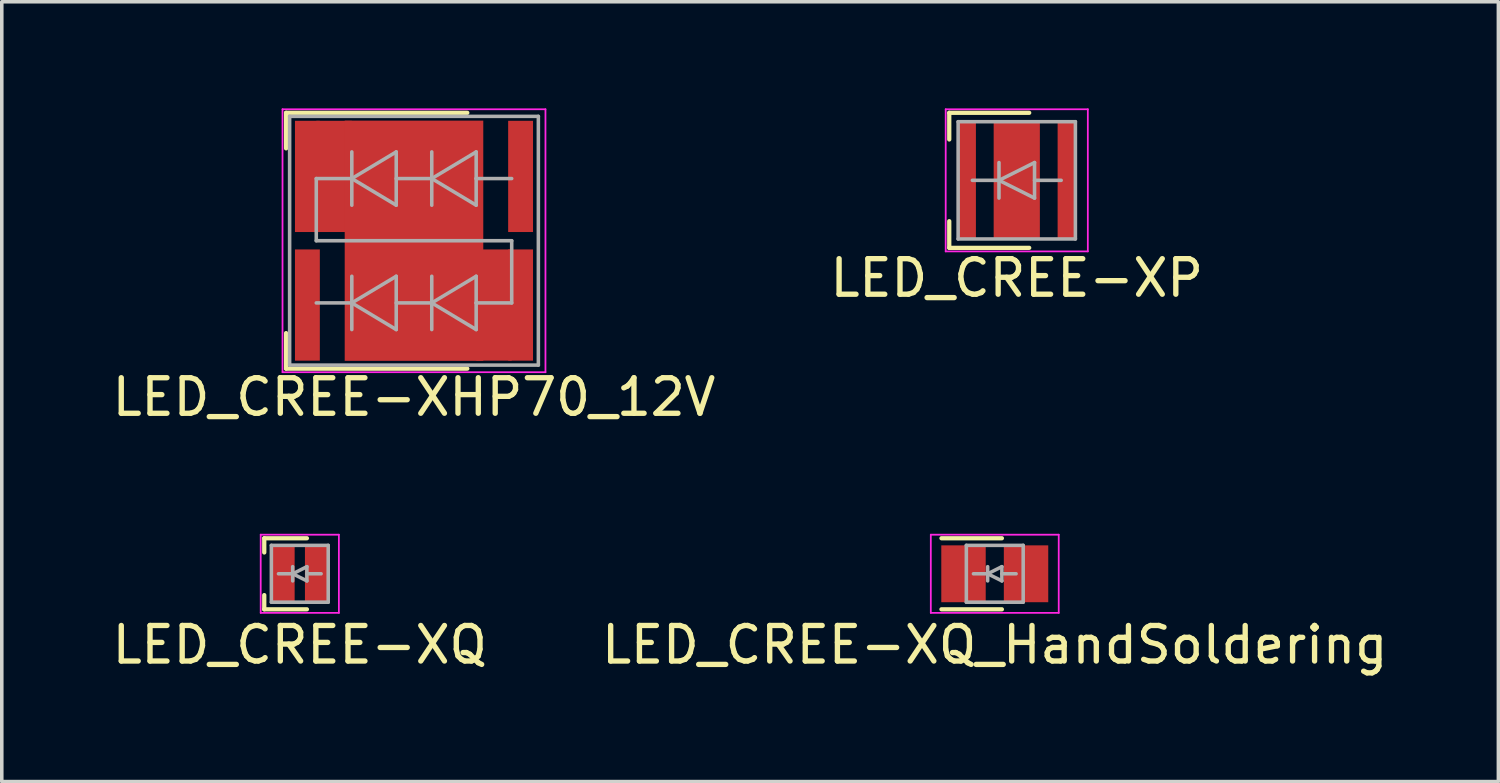
<source format=kicad_pcb>
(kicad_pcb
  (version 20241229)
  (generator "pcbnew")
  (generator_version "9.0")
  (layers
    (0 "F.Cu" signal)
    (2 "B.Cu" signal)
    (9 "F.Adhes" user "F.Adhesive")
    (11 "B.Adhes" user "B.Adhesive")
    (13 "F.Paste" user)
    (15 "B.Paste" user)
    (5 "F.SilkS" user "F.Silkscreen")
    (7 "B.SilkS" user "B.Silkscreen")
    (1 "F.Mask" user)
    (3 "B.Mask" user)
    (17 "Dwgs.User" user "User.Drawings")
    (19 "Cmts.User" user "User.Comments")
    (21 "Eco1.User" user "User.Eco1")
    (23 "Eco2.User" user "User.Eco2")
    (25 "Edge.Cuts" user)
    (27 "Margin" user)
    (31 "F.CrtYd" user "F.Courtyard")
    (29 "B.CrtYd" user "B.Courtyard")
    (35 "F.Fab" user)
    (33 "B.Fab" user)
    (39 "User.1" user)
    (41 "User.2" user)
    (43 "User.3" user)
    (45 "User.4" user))
  (footprint "LED_CREE-XHP70_12V"
    (layer "F.Cu")
    (at 8.601 3.725)
    (property "Reference" "LED_CREE-XHP70_12V" (at 0 4.4 0) (layer "F.SilkS") (effects (font (size 1 1) (thickness 0.15))))
    (attr smd)
    (fp_line (start -3.6 -3.6) (end -3.6 -2.6) (stroke (width 0.12) (type solid)) (layer "F.SilkS"))
    (fp_line (start -3.6 3.6) (end -3.6 2.6) (stroke (width 0.12) (type solid)) (layer "F.SilkS"))
    (fp_line (start 1.5 -3.6) (end -3.6 -3.6) (stroke (width 0.12) (type solid)) (layer "F.SilkS"))
    (fp_line (start 1.5 3.6) (end -3.6 3.6) (stroke (width 0.12) (type solid)) (layer "F.SilkS"))
    (fp_line (start -3.7 -3.7) (end -3.7 3.7) (stroke (width 0.05) (type solid)) (layer "F.CrtYd"))
    (fp_line (start -3.7 3.7) (end 3.7 3.7) (stroke (width 0.05) (type solid)) (layer "F.CrtYd"))
    (fp_line (start 3.7 -3.7) (end -3.7 -3.7) (stroke (width 0.05) (type solid)) (layer "F.CrtYd"))
    (fp_line (start 3.7 3.7) (end 3.7 -3.7) (stroke (width 0.05) (type solid)) (layer "F.CrtYd"))
    (fp_line (start -3.5 -3.5) (end -3.5 3.5) (stroke (width 0.1) (type solid)) (layer "F.Fab"))
    (fp_line (start -3.5 3.5) (end 3.5 3.5) (stroke (width 0.1) (type solid)) (layer "F.Fab"))
    (fp_line (start -2.75 -1.75) (end -2.75 0) (stroke (width 0.1) (type solid)) (layer "F.Fab"))
    (fp_line (start -2.75 -1.75) (end -1.75 -1.75) (stroke (width 0.1) (type solid)) (layer "F.Fab"))
    (fp_line (start -2.75 0) (end 2.75 0) (stroke (width 0.1) (type solid)) (layer "F.Fab"))
    (fp_line (start -2.75 1.75) (end -1.75 1.75) (stroke (width 0.1) (type solid)) (layer "F.Fab"))
    (fp_line (start -1.75 -1.75) (end -1.75 -2.5) (stroke (width 0.1) (type solid)) (layer "F.Fab"))
    (fp_line (start -1.75 -1.75) (end -1.75 -1) (stroke (width 0.1) (type solid)) (layer "F.Fab"))
    (fp_line (start -1.75 -1.75) (end -0.5 -1) (stroke (width 0.1) (type solid)) (layer "F.Fab"))
    (fp_line (start -1.75 1.75) (end -1.75 1) (stroke (width 0.1) (type solid)) (layer "F.Fab"))
    (fp_line (start -1.75 1.75) (end -1.75 2.5) (stroke (width 0.1) (type solid)) (layer "F.Fab"))
    (fp_line (start -1.75 1.75) (end -0.5 2.5) (stroke (width 0.1) (type solid)) (layer "F.Fab"))
    (fp_line (start -0.5 -2.5) (end -1.75 -1.75) (stroke (width 0.1) (type solid)) (layer "F.Fab"))
    (fp_line (start -0.5 -1.75) (end 0.5 -1.75) (stroke (width 0.1) (type solid)) (layer "F.Fab"))
    (fp_line (start -0.5 -1) (end -0.5 -2.5) (stroke (width 0.1) (type solid)) (layer "F.Fab"))
    (fp_line (start -0.5 1) (end -1.75 1.75) (stroke (width 0.1) (type solid)) (layer "F.Fab"))
    (fp_line (start -0.5 1.75) (end 0.5 1.75) (stroke (width 0.1) (type solid)) (layer "F.Fab"))
    (fp_line (start -0.5 2.5) (end -0.5 1) (stroke (width 0.1) (type solid)) (layer "F.Fab"))
    (fp_line (start 0.5 -2.5) (end 0.5 -1) (stroke (width 0.1) (type solid)) (layer "F.Fab"))
    (fp_line (start 0.5 -1.75) (end 1.75 -2.5) (stroke (width 0.1) (type solid)) (layer "F.Fab"))
    (fp_line (start 0.5 1) (end 0.5 2.5) (stroke (width 0.1) (type solid)) (layer "F.Fab"))
    (fp_line (start 0.5 1.75) (end 1.75 1) (stroke (width 0.1) (type solid)) (layer "F.Fab"))
    (fp_line (start 1.75 -1.75) (end 1.75 -2.5) (stroke (width 0.1) (type solid)) (layer "F.Fab"))
    (fp_line (start 1.75 -1.75) (end 1.75 -1) (stroke (width 0.1) (type solid)) (layer "F.Fab"))
    (fp_line (start 1.75 -1) (end 0.5 -1.75) (stroke (width 0.1) (type solid)) (layer "F.Fab"))
    (fp_line (start 1.75 1.75) (end 1.75 1) (stroke (width 0.1) (type solid)) (layer "F.Fab"))
    (fp_line (start 1.75 1.75) (end 1.75 2.5) (stroke (width 0.1) (type solid)) (layer "F.Fab"))
    (fp_line (start 1.75 2.5) (end 0.5 1.75) (stroke (width 0.1) (type solid)) (layer "F.Fab"))
    (fp_line (start 2.75 -1.75) (end 1.75 -1.75) (stroke (width 0.1) (type solid)) (layer "F.Fab"))
    (fp_line (start 2.75 0) (end 2.75 1.75) (stroke (width 0.1) (type solid)) (layer "F.Fab"))
    (fp_line (start 2.75 1.75) (end 1.75 1.75) (stroke (width 0.1) (type solid)) (layer "F.Fab"))
    (fp_line (start 3.5 -3.5) (end -3.5 -3.5) (stroke (width 0.1) (type solid)) (layer "F.Fab"))
    (fp_line (start 3.5 3.5) (end 3.5 -3.5) (stroke (width 0.1) (type solid)) (layer "F.Fab"))
    (pad "1" smd rect (at -3 1.81) (size 0.7 3.13) (layers "F.Cu" "F.Mask" "F.Paste"))
    (pad "2" smd rect (at 3 -1.81) (size 0.7 3.13) (layers "F.Cu" "F.Mask" "F.Paste"))
    (pad "3" smd rect (at -3 -1.81) (size 0.7 3.13) (layers "F.Cu" "F.Mask" "F.Paste"))
    (pad "3" smd rect (at -2.25 -1.81) (size 1 3.13) (layers "F.Cu" "F.Mask"))
    (pad "3" smd rect (at -0.77 -2.31) (size 1.29 1.29) (layers "F.Cu" "F.Mask" "F.Paste"))
    (pad "3" smd rect (at -0.77 -0.77) (size 1.29 1.29) (layers "F.Cu" "F.Mask" "F.Paste"))
    (pad "3" smd rect (at -0.77 0.77) (size 1.29 1.29) (layers "F.Cu" "F.Mask" "F.Paste"))
    (pad "3" smd rect (at -0.77 2.31) (size 1.29 1.29) (layers "F.Cu" "F.Mask" "F.Paste"))
    (pad "3" smd rect (at 0 0) (size 3.9 6.76) (layers "F.Cu" "F.Mask"))
    (pad "3" smd rect (at 0.77 -2.31) (size 1.29 1.29) (layers "F.Cu" "F.Mask" "F.Paste"))
    (pad "3" smd rect (at 0.77 -0.77) (size 1.29 1.29) (layers "F.Cu" "F.Mask" "F.Paste"))
    (pad "3" smd rect (at 0.77 0.77) (size 1.29 1.29) (layers "F.Cu" "F.Mask" "F.Paste"))
    (pad "3" smd rect (at 0.77 2.31) (size 1.29 1.29) (layers "F.Cu" "F.Mask" "F.Paste"))
    (pad "3" smd rect (at 2.25 1.81) (size 1 3.13) (layers "F.Cu" "F.Mask"))
    (pad "3" smd rect (at 3 1.81) (size 0.7 3.13) (layers "F.Cu" "F.Mask" "F.Paste")))
  (footprint "LED_CREE-XQ"
    (layer "F.Cu")
    (at 5.387 13.098)
    (property "Reference" "LED_CREE-XQ" (at 0 2 0) (layer "F.SilkS") (effects (font (size 1 1) (thickness 0.15))))
    (attr smd)
    (fp_line (start -1 -1) (end -1 -0.6) (stroke (width 0.12) (type solid)) (layer "F.SilkS"))
    (fp_line (start -1 1) (end -1 0.6) (stroke (width 0.12) (type solid)) (layer "F.SilkS"))
    (fp_line (start 0.2 -1) (end -1 -1) (stroke (width 0.12) (type solid)) (layer "F.SilkS"))
    (fp_line (start 0.2 1) (end -1 1) (stroke (width 0.12) (type solid)) (layer "F.SilkS"))
    (fp_line (start -1.1 -1.1) (end 1.1 -1.1) (stroke (width 0.05) (type solid)) (layer "F.CrtYd"))
    (fp_line (start -1.1 1.1) (end -1.1 -1.1) (stroke (width 0.05) (type solid)) (layer "F.CrtYd"))
    (fp_line (start 1.1 -1.1) (end 1.1 1.1) (stroke (width 0.05) (type solid)) (layer "F.CrtYd"))
    (fp_line (start 1.1 1.1) (end -1.1 1.1) (stroke (width 0.05) (type solid)) (layer "F.CrtYd"))
    (fp_line (start -0.8 -0.8) (end 0.8 -0.8) (stroke (width 0.1) (type solid)) (layer "F.Fab"))
    (fp_line (start -0.8 0.8) (end -0.8 -0.8) (stroke (width 0.1) (type solid)) (layer "F.Fab"))
    (fp_line (start -0.6 0) (end -0.2 0) (stroke (width 0.1) (type solid)) (layer "F.Fab"))
    (fp_line (start -0.2 -0.2) (end -0.2 0.2) (stroke (width 0.1) (type solid)) (layer "F.Fab"))
    (fp_line (start -0.2 0) (end 0.2 -0.2) (stroke (width 0.1) (type solid)) (layer "F.Fab"))
    (fp_line (start 0.2 -0.2) (end 0.2 0.2) (stroke (width 0.1) (type solid)) (layer "F.Fab"))
    (fp_line (start 0.2 0.2) (end -0.2 0) (stroke (width 0.1) (type solid)) (layer "F.Fab"))
    (fp_line (start 0.6 0) (end 0.2 0) (stroke (width 0.1) (type solid)) (layer "F.Fab"))
    (fp_line (start 0.8 -0.8) (end 0.8 0.8) (stroke (width 0.1) (type solid)) (layer "F.Fab"))
    (fp_line (start 0.8 0.8) (end -0.8 0.8) (stroke (width 0.1) (type solid)) (layer "F.Fab"))
    (pad "1" smd rect (at -0.47 0) (size 0.65 1.6) (layers "F.Cu" "F.Mask" "F.Paste"))
    (pad "2" smd rect (at 0.47 0) (size 0.65 1.6) (layers "F.Cu" "F.Mask" "F.Paste")))
  (footprint "LED_CREE-XP"
    (layer "F.Cu")
    (at 25.565 2.025)
    (property "Reference" "LED_CREE-XP" (at 0 2.75 0) (layer "F.SilkS") (effects (font (size 1 1) (thickness 0.15))))
    (attr smd)
    (fp_line (start -1.9 -1.9) (end -1.9 -1.15) (stroke (width 0.12) (type solid)) (layer "F.SilkS"))
    (fp_line (start -1.9 1.9) (end -1.9 1.15) (stroke (width 0.12) (type solid)) (layer "F.SilkS"))
    (fp_line (start 0.35 -1.9) (end -1.9 -1.9) (stroke (width 0.12) (type solid)) (layer "F.SilkS"))
    (fp_line (start 0.35 1.9) (end -1.9 1.9) (stroke (width 0.12) (type solid)) (layer "F.SilkS"))
    (fp_line (start -2 -2) (end 2 -2) (stroke (width 0.05) (type solid)) (layer "F.CrtYd"))
    (fp_line (start -2 2) (end -2 -2) (stroke (width 0.05) (type solid)) (layer "F.CrtYd"))
    (fp_line (start 2 -2) (end 2 2) (stroke (width 0.05) (type solid)) (layer "F.CrtYd"))
    (fp_line (start 2 2) (end -2 2) (stroke (width 0.05) (type solid)) (layer "F.CrtYd"))
    (fp_line (start -1.65 -1.65) (end 1.65 -1.65) (stroke (width 0.1) (type solid)) (layer "F.Fab"))
    (fp_line (start -1.65 1.65) (end -1.65 -1.65) (stroke (width 0.1) (type solid)) (layer "F.Fab"))
    (fp_line (start -1.25 0) (end -0.5 0) (stroke (width 0.1) (type solid)) (layer "F.Fab"))
    (fp_line (start -0.5 -0.5) (end -0.5 0.5) (stroke (width 0.1) (type solid)) (layer "F.Fab"))
    (fp_line (start -0.5 0) (end 0.5 -0.5) (stroke (width 0.1) (type solid)) (layer "F.Fab"))
    (fp_line (start 0.5 -0.5) (end 0.5 0.5) (stroke (width 0.1) (type solid)) (layer "F.Fab"))
    (fp_line (start 0.5 0.5) (end -0.5 0) (stroke (width 0.1) (type solid)) (layer "F.Fab"))
    (fp_line (start 1.25 0) (end 0.5 0) (stroke (width 0.1) (type solid)) (layer "F.Fab"))
    (fp_line (start 1.65 -1.65) (end 1.65 1.65) (stroke (width 0.1) (type solid)) (layer "F.Fab"))
    (fp_line (start 1.65 1.65) (end -1.65 1.65) (stroke (width 0.1) (type solid)) (layer "F.Fab"))
    (pad "1" smd rect (at -1.4 0) (size 0.5 3.3) (layers "F.Cu" "F.Mask" "F.Paste"))
    (pad "2" smd rect (at 1.4 0) (size 0.5 3.3) (layers "F.Cu" "F.Mask" "F.Paste"))
    (pad "3" smd rect (at 0 -1) (size 1 0.75) (layers "F.Cu" "F.Mask" "F.Paste"))
    (pad "3" smd rect (at 0 0) (size 1 0.75) (layers "F.Cu" "F.Mask" "F.Paste"))
    (pad "3" smd rect (at 0 0) (size 1.3 3.3) (layers "F.Cu" "F.Mask"))
    (pad "3" smd rect (at 0 1) (size 1 0.75) (layers "F.Cu" "F.Mask" "F.Paste")))
  (footprint "LED_CREE-XQ_HandSoldering"
    (layer "F.Cu")
    (at 24.946 13.098)
    (property "Reference" "LED_CREE-XQ_HandSoldering" (at 0 2 0) (layer "F.SilkS") (effects (font (size 1 1) (thickness 0.15))))
    (attr smd)
    (fp_line (start 0.2 -1) (end -1.5 -1) (stroke (width 0.12) (type solid)) (layer "F.SilkS"))
    (fp_line (start 0.2 1) (end -1.5 1) (stroke (width 0.12) (type solid)) (layer "F.SilkS"))
    (fp_line (start -1.8 -1.1) (end 1.8 -1.1) (stroke (width 0.05) (type solid)) (layer "F.CrtYd"))
    (fp_line (start -1.8 1.1) (end -1.8 -1.1) (stroke (width 0.05) (type solid)) (layer "F.CrtYd"))
    (fp_line (start 1.8 -1.1) (end 1.8 1.1) (stroke (width 0.05) (type solid)) (layer "F.CrtYd"))
    (fp_line (start 1.8 1.1) (end -1.8 1.1) (stroke (width 0.05) (type solid)) (layer "F.CrtYd"))
    (fp_line (start -0.8 -0.8) (end 0.8 -0.8) (stroke (width 0.1) (type solid)) (layer "F.Fab"))
    (fp_line (start -0.8 0.8) (end -0.8 -0.8) (stroke (width 0.1) (type solid)) (layer "F.Fab"))
    (fp_line (start -0.6 0) (end -0.2 0) (stroke (width 0.1) (type solid)) (layer "F.Fab"))
    (fp_line (start -0.2 -0.2) (end -0.2 0.2) (stroke (width 0.1) (type solid)) (layer "F.Fab"))
    (fp_line (start -0.2 0) (end 0.2 -0.2) (stroke (width 0.1) (type solid)) (layer "F.Fab"))
    (fp_line (start 0.2 -0.2) (end 0.2 0.2) (stroke (width 0.1) (type solid)) (layer "F.Fab"))
    (fp_line (start 0.2 0.2) (end -0.2 0) (stroke (width 0.1) (type solid)) (layer "F.Fab"))
    (fp_line (start 0.6 0) (end 0.2 0) (stroke (width 0.1) (type solid)) (layer "F.Fab"))
    (fp_line (start 0.8 -0.8) (end 0.8 0.8) (stroke (width 0.1) (type solid)) (layer "F.Fab"))
    (fp_line (start 0.8 0.8) (end -0.8 0.8) (stroke (width 0.1) (type solid)) (layer "F.Fab"))
    (pad "1" smd rect (at -0.88 0) (size 1.25 1.6) (layers "F.Cu" "F.Mask" "F.Paste"))
    (pad "2" smd rect (at 0.88 0) (size 1.25 1.6) (layers "F.Cu" "F.Mask" "F.Paste")))
  (gr_rect
    (start -3 -3)
    (end 39.119 18.947)
    (stroke (width 0.1) (type default))
    (fill no)
    (layer "Edge.Cuts")))
</source>
